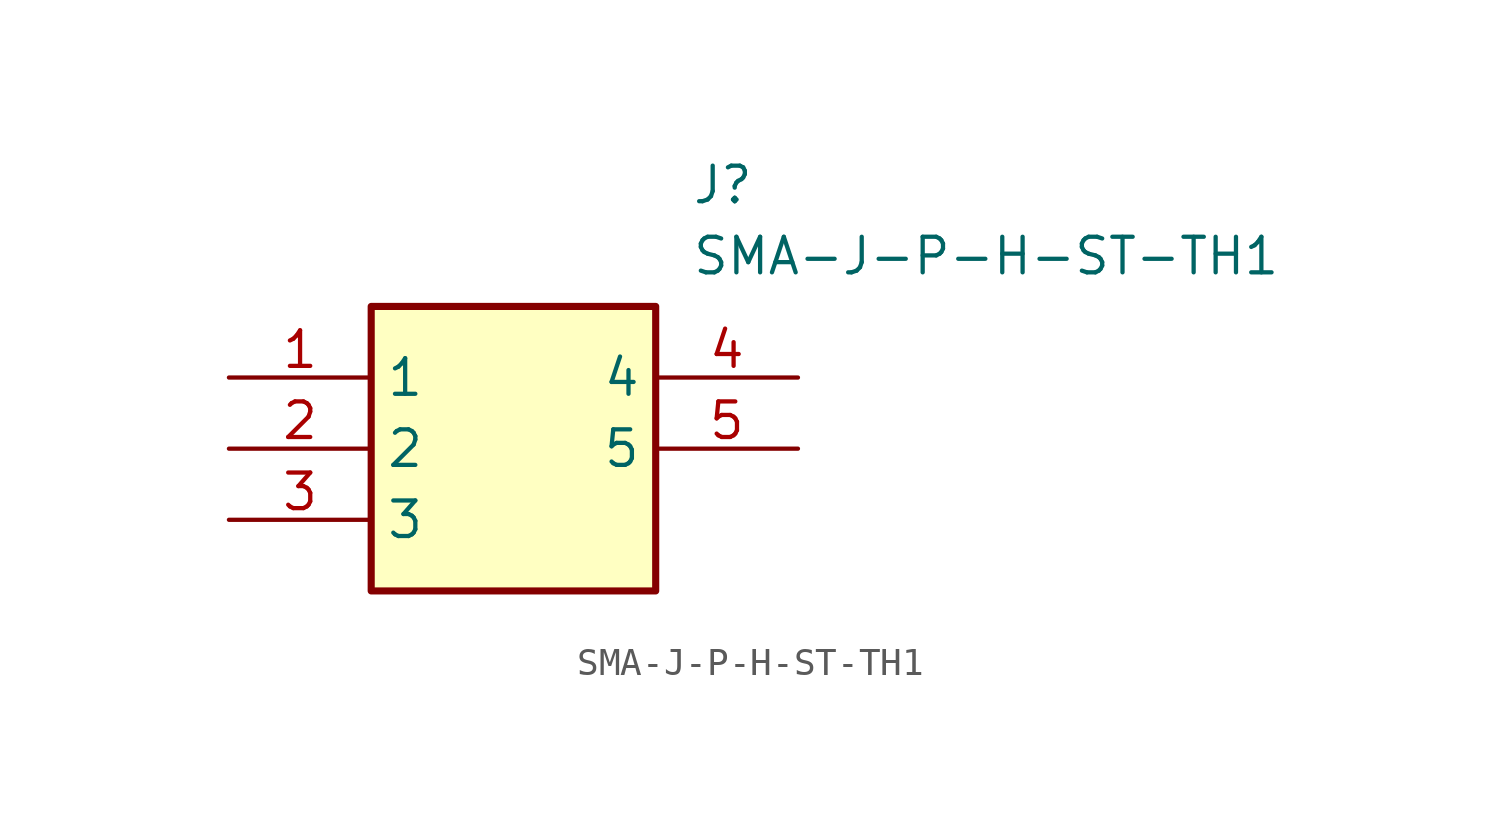
<source format=kicad_sym>
(kicad_symbol_lib
  (version 20211014)
  (generator SamacSys_ECAD_Model)
  (symbol "SMA-J-P-H-ST-TH1"
    (property "Reference" "J"
      (at 16.51 7.62 0)
      (effects (font (size 1.27 1.27)) (justify left top)))
    (property "Value" "SMA-J-P-H-ST-TH1"
      (at 16.51 5.08 0)
      (effects (font (size 1.27 1.27)) (justify left top)))
    (rectangle
      (start 5.08 2.54)
      (end 15.24 -7.62)
      (stroke (width 0.254) (type default))
      (fill (type background)))
    (pin passive line
      (at 0 0 0)
      (length 5.08)
      (name "1" (effects (font (size 1.27 1.27))))
      (number "1" (effects (font (size 1.27 1.27)))))
    (pin passive line
      (at 0 -2.54 0)
      (length 5.08)
      (name "2" (effects (font (size 1.27 1.27))))
      (number "2" (effects (font (size 1.27 1.27)))))
    (pin passive line
      (at 0 -5.08 0)
      (length 5.08)
      (name "3" (effects (font (size 1.27 1.27))))
      (number "3" (effects (font (size 1.27 1.27)))))
    (pin passive line
      (at 20.32 0 180)
      (length 5.08)
      (name "4" (effects (font (size 1.27 1.27))))
      (number "4" (effects (font (size 1.27 1.27)))))
    (pin passive line
      (at 20.32 -2.54 180)
      (length 5.08)
      (name "5" (effects (font (size 1.27 1.27))))
      (number "5" (effects (font (size 1.27 1.27)))))))
</source>
